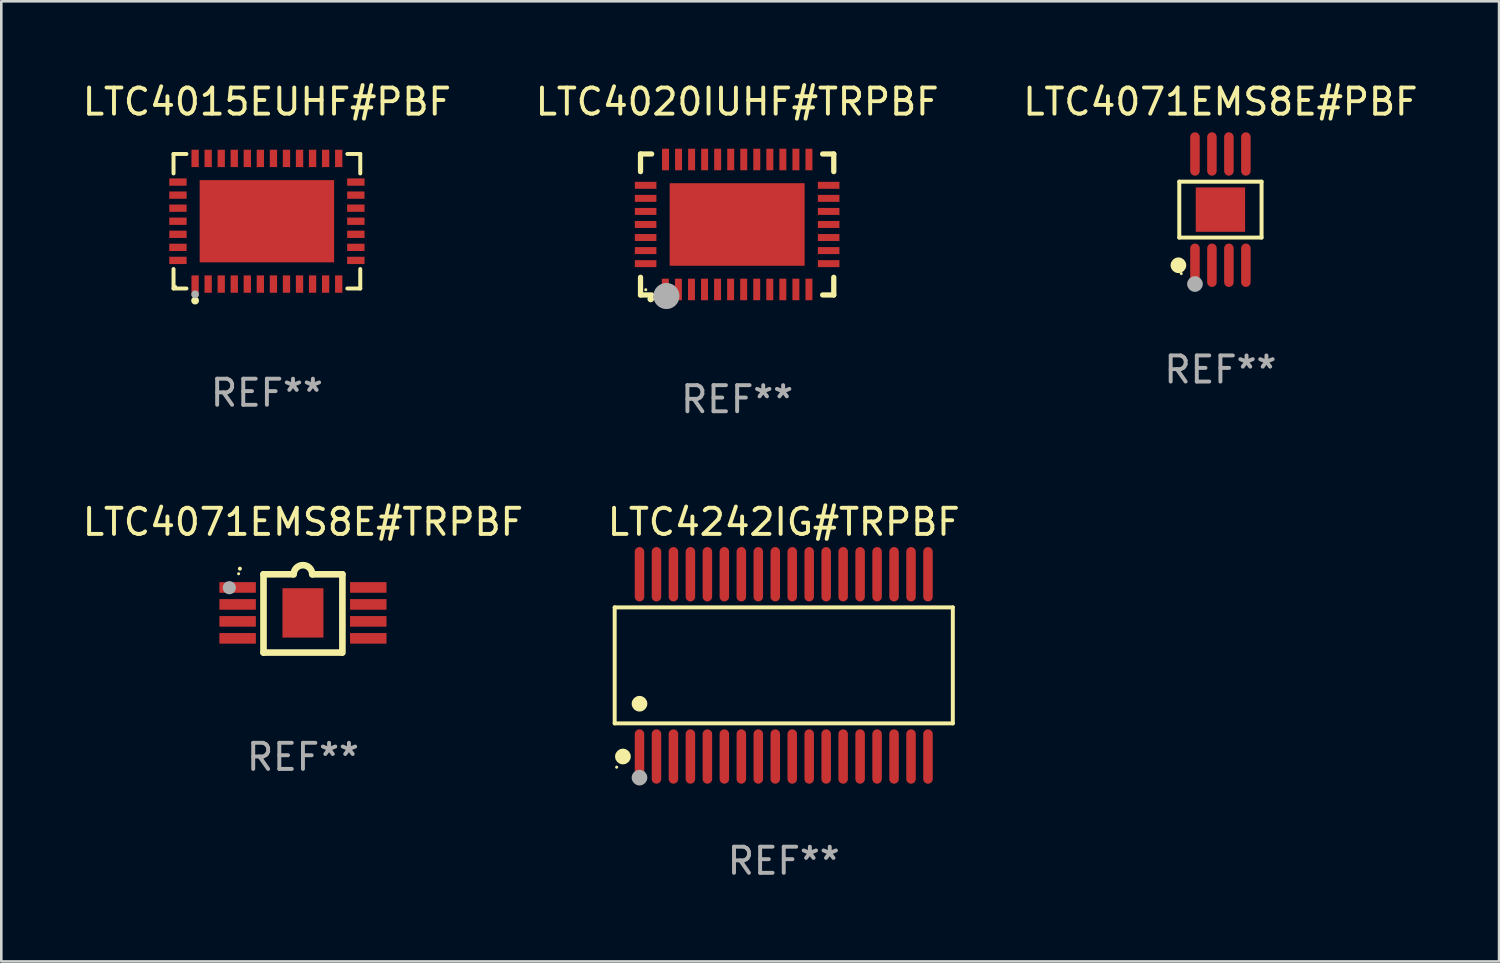
<source format=kicad_pcb>
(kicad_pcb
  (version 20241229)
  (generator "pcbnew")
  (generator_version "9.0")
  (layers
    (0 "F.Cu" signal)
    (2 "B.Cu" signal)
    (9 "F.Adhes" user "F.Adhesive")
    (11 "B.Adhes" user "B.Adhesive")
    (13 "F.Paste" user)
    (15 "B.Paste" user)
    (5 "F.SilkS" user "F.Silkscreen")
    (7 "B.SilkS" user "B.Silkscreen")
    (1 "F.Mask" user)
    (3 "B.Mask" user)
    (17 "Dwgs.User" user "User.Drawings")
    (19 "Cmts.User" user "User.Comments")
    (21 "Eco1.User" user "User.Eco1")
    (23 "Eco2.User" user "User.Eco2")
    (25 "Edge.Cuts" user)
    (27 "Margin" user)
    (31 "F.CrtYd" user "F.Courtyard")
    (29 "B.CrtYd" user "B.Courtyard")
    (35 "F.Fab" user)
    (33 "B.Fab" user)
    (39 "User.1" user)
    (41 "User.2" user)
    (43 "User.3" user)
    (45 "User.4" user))
  (footprint "LTC4071EMS8E#PBF"
    (layer "F.Cu")
    (at 43.696 4.979)
    (property "Reference" "LTC4071EMS8E#PBF" (at 0 -4.131 0) (layer "F.SilkS") (effects (font (size 1 1) (thickness 0.15))))
    (attr through_hole)
    (fp_line (start -1.576 -1.071) (end 1.576 -1.071) (stroke (width 0.152) (type solid)) (layer "F.SilkS"))
    (fp_line (start -1.576 1.071) (end -1.576 -1.071) (stroke (width 0.152) (type solid)) (layer "F.SilkS"))
    (fp_line (start 1.576 -1.071) (end 1.576 1.071) (stroke (width 0.152) (type solid)) (layer "F.SilkS"))
    (fp_line (start 1.576 1.071) (end -1.576 1.071) (stroke (width 0.152) (type solid)) (layer "F.SilkS"))
    (fp_circle (center -1.609 2.131) (end -1.459 2.131) (stroke (width 0.3) (type solid)) (fill no) (layer "F.SilkS"))
    (fp_circle (center -1.5 2.45) (end -1.47 2.45) (stroke (width 0.06) (type solid)) (fill no) (layer "F.SilkS"))
    (fp_circle (center -0.975 2.85) (end -0.825 2.85) (stroke (width 0.3) (type solid)) (fill no) (layer "F.Fab"))
    (fp_text user "REF**" (at 0 6.131 0) (layer "F.Fab") (effects (font (size 1 1) (thickness 0.15))))
    (pad "1" smd oval (at -0.975 2.131) (size 0.364 1.662) (layers "F.Cu" "F.Mask" "F.Paste"))
    (pad "2" smd oval (at -0.325 2.131) (size 0.364 1.662) (layers "F.Cu" "F.Mask" "F.Paste"))
    (pad "3" smd oval (at 0.325 2.131) (size 0.364 1.662) (layers "F.Cu" "F.Mask" "F.Paste"))
    (pad "4" smd oval (at 0.975 2.131) (size 0.364 1.662) (layers "F.Cu" "F.Mask" "F.Paste"))
    (pad "5" smd oval (at 0.975 -2.131) (size 0.364 1.662) (layers "F.Cu" "F.Mask" "F.Paste"))
    (pad "6" smd oval (at 0.325 -2.131) (size 0.364 1.662) (layers "F.Cu" "F.Mask" "F.Paste"))
    (pad "7" smd oval (at -0.325 -2.131) (size 0.364 1.662) (layers "F.Cu" "F.Mask" "F.Paste"))
    (pad "8" smd oval (at -0.975 -2.131) (size 0.364 1.662) (layers "F.Cu" "F.Mask" "F.Paste"))
    (pad "9" smd rect (at 0 0) (size 1.89 1.7) (layers "F.Cu" "F.Mask" "F.Paste")))
  (footprint "LTC4071EMS8E#TRPBF"
    (layer "F.Cu")
    (at 8.554 20.446)
    (property "Reference" "LTC4071EMS8E#TRPBF" (at 0 -3.501 0) (layer "F.SilkS") (effects (font (size 1 1) (thickness 0.15))))
    (attr through_hole)
    (fp_line (start -1.511 -1.501) (end -1.511 1.499) (stroke (width 0.254) (type solid)) (layer "F.SilkS"))
    (fp_line (start -1.511 -1.499) (end -0.4 -1.499) (stroke (width 0.254) (type solid)) (layer "F.SilkS"))
    (fp_line (start -1.511 1.499) (end 1.489 1.499) (stroke (width 0.254) (type solid)) (layer "F.SilkS"))
    (fp_line (start 0.4 -1.499) (end 1.511 -1.499) (stroke (width 0.254) (type solid)) (layer "F.SilkS"))
    (fp_line (start 1.511 -1.499) (end 1.511 1.501) (stroke (width 0.254) (type solid)) (layer "F.SilkS"))
    (fp_arc (start -2.415138 -1.713233) (mid -2.415144 -1.714503) (end -2.415138 -1.715773) (stroke (width 0.150013) (type solid)) (layer "F.SilkS"))
    (fp_arc (start -0.355728 -1.493396) (mid -0.000127 -1.848997) (end 0.355474 -1.493396) (stroke (width 0.254001) (type solid)) (layer "F.SilkS"))
    (fp_circle (center -2.464 -1.519) (end -2.434 -1.519) (stroke (width 0.06) (type solid)) (fill no) (layer "F.SilkS"))
    (fp_circle (center -2.819 -0.985) (end -2.692 -0.985) (stroke (width 0.254) (type solid)) (fill no) (layer "F.Fab"))
    (fp_text user "REF**" (at 0 5.501 0) (layer "F.Fab") (effects (font (size 1 1) (thickness 0.15))))
    (pad "1" smd rect (at -2.502 -0.995) (size 1.397 0.406) (layers "F.Cu" "F.Mask" "F.Paste"))
    (pad "2" smd rect (at -2.502 -0.345) (size 1.397 0.406) (layers "F.Cu" "F.Mask" "F.Paste"))
    (pad "3" smd rect (at -2.502 0.305) (size 1.397 0.406) (layers "F.Cu" "F.Mask" "F.Paste"))
    (pad "4" smd rect (at -2.502 0.955) (size 1.397 0.406) (layers "F.Cu" "F.Mask" "F.Paste"))
    (pad "5" smd rect (at 2.502 0.955) (size 1.397 0.406) (layers "F.Cu" "F.Mask" "F.Paste"))
    (pad "6" smd rect (at 2.502 0.305) (size 1.397 0.406) (layers "F.Cu" "F.Mask" "F.Paste"))
    (pad "7" smd rect (at 2.502 -0.345) (size 1.397 0.406) (layers "F.Cu" "F.Mask" "F.Paste"))
    (pad "8" smd rect (at 2.502 -0.995) (size 1.397 0.406) (layers "F.Cu" "F.Mask" "F.Paste"))
    (pad "9" smd rect (at 0 -0.02 180) (size 1.57 1.89) (layers "F.Cu" "F.Mask" "F.Paste")))
  (footprint "LTC4020IUHF#TRPBF"
    (layer "F.Cu")
    (at 25.185 5.548)
    (property "Reference" "LTC4020IUHF#TRPBF" (at 0 -4.7 0) (layer "F.SilkS") (effects (font (size 1 1) (thickness 0.15))))
    (attr through_hole)
    (fp_line (start -3.701 -2.7) (end -3.274 -2.7) (stroke (width 0.201) (type solid)) (layer "F.SilkS"))
    (fp_line (start -3.701 -2.024) (end -3.701 -2.7) (stroke (width 0.201) (type solid)) (layer "F.SilkS"))
    (fp_line (start -3.701 2.7) (end -3.701 2.024) (stroke (width 0.201) (type solid)) (layer "F.SilkS"))
    (fp_line (start -3.274 2.7) (end -3.701 2.7) (stroke (width 0.201) (type solid)) (layer "F.SilkS"))
    (fp_line (start 3.274 2.7) (end 3.701 2.7) (stroke (width 0.201) (type solid)) (layer "F.SilkS"))
    (fp_line (start 3.701 -2.7) (end 3.274 -2.7) (stroke (width 0.201) (type solid)) (layer "F.SilkS"))
    (fp_line (start 3.701 -2.024) (end 3.701 -2.7) (stroke (width 0.201) (type solid)) (layer "F.SilkS"))
    (fp_line (start 3.701 2.7) (end 3.701 2.024) (stroke (width 0.201) (type solid)) (layer "F.SilkS"))
    (fp_arc (start -3.311278 2.85555) (mid -3.310008 2.855544) (end -3.308738 2.85555) (stroke (width 0.24892) (type solid)) (layer "F.SilkS"))
    (fp_circle (center -3.5 2.5) (end -3.47 2.5) (stroke (width 0.06) (type solid)) (fill no) (layer "F.SilkS"))
    (fp_circle (center -2.71 2.74) (end -2.46 2.74) (stroke (width 0.5) (type solid)) (fill no) (layer "F.Fab"))
    (fp_text user "REF**" (at 0 6.7 0) (layer "F.Fab") (effects (font (size 1 1) (thickness 0.15))))
    (pad "1" smd rect (at -2.75 2.489 180) (size 0.267 0.826) (layers "F.Cu" "F.Mask" "F.Paste"))
    (pad "2" smd rect (at -2.25 2.489 180) (size 0.267 0.826) (layers "F.Cu" "F.Mask" "F.Paste"))
    (pad "3" smd rect (at -1.75 2.489 180) (size 0.267 0.826) (layers "F.Cu" "F.Mask" "F.Paste"))
    (pad "4" smd rect (at -1.25 2.489 180) (size 0.267 0.826) (layers "F.Cu" "F.Mask" "F.Paste"))
    (pad "5" smd rect (at -0.75 2.489 180) (size 0.267 0.826) (layers "F.Cu" "F.Mask" "F.Paste"))
    (pad "6" smd rect (at -0.25 2.489 180) (size 0.267 0.826) (layers "F.Cu" "F.Mask" "F.Paste"))
    (pad "7" smd rect (at 0.25 2.489 180) (size 0.267 0.826) (layers "F.Cu" "F.Mask" "F.Paste"))
    (pad "8" smd rect (at 0.75 2.489 180) (size 0.267 0.826) (layers "F.Cu" "F.Mask" "F.Paste"))
    (pad "9" smd rect (at 1.25 2.489 180) (size 0.267 0.826) (layers "F.Cu" "F.Mask" "F.Paste"))
    (pad "10" smd rect (at 1.75 2.489 180) (size 0.267 0.826) (layers "F.Cu" "F.Mask" "F.Paste"))
    (pad "11" smd rect (at 2.25 2.489 180) (size 0.267 0.826) (layers "F.Cu" "F.Mask" "F.Paste"))
    (pad "12" smd rect (at 2.75 2.489 180) (size 0.267 0.826) (layers "F.Cu" "F.Mask" "F.Paste"))
    (pad "13" smd rect (at 3.505 1.5 90) (size 0.267 0.826) (layers "F.Cu" "F.Mask" "F.Paste"))
    (pad "14" smd rect (at 3.505 1 90) (size 0.267 0.826) (layers "F.Cu" "F.Mask" "F.Paste"))
    (pad "15" smd rect (at 3.505 0.5 90) (size 0.267 0.826) (layers "F.Cu" "F.Mask" "F.Paste"))
    (pad "16" smd rect (at 3.505 -0.000127 90) (size 0.267 0.826) (layers "F.Cu" "F.Mask" "F.Paste"))
    (pad "17" smd rect (at 3.505 -0.5 90) (size 0.267 0.826) (layers "F.Cu" "F.Mask" "F.Paste"))
    (pad "18" smd rect (at 3.505 -1 90) (size 0.267 0.826) (layers "F.Cu" "F.Mask" "F.Paste"))
    (pad "19" smd rect (at 3.505 -1.5 90) (size 0.267 0.826) (layers "F.Cu" "F.Mask" "F.Paste"))
    (pad "20" smd rect (at 2.75 -2.489 180) (size 0.267 0.826) (layers "F.Cu" "F.Mask" "F.Paste"))
    (pad "21" smd rect (at 2.251 -2.489 180) (size 0.267 0.826) (layers "F.Cu" "F.Mask" "F.Paste"))
    (pad "22" smd rect (at 1.751 -2.489 180) (size 0.267 0.826) (layers "F.Cu" "F.Mask" "F.Paste"))
    (pad "23" smd rect (at 1.252 -2.489 180) (size 0.267 0.826) (layers "F.Cu" "F.Mask" "F.Paste"))
    (pad "24" smd rect (at 0.752 -2.489 180) (size 0.267 0.826) (layers "F.Cu" "F.Mask" "F.Paste"))
    (pad "25" smd rect (at 0.253 -2.489 180) (size 0.267 0.826) (layers "F.Cu" "F.Mask" "F.Paste"))
    (pad "26" smd rect (at -0.246 -2.489 180) (size 0.267 0.826) (layers "F.Cu" "F.Mask" "F.Paste"))
    (pad "27" smd rect (at -0.746 -2.489 180) (size 0.267 0.826) (layers "F.Cu" "F.Mask" "F.Paste"))
    (pad "28" smd rect (at -1.245 -2.489 180) (size 0.267 0.826) (layers "F.Cu" "F.Mask" "F.Paste"))
    (pad "29" smd rect (at -1.744 -2.489 180) (size 0.267 0.826) (layers "F.Cu" "F.Mask" "F.Paste"))
    (pad "30" smd rect (at -2.244 -2.489 180) (size 0.267 0.826) (layers "F.Cu" "F.Mask" "F.Paste"))
    (pad "31" smd rect (at -2.743 -2.489 180) (size 0.267 0.826) (layers "F.Cu" "F.Mask" "F.Paste"))
    (pad "32" smd rect (at -3.505 -1.5 90) (size 0.267 0.826) (layers "F.Cu" "F.Mask" "F.Paste"))
    (pad "33" smd rect (at -3.505 -1 90) (size 0.267 0.826) (layers "F.Cu" "F.Mask" "F.Paste"))
    (pad "34" smd rect (at -3.505 -0.5 90) (size 0.267 0.826) (layers "F.Cu" "F.Mask" "F.Paste"))
    (pad "35" smd rect (at -3.505 -0.000127 90) (size 0.267 0.826) (layers "F.Cu" "F.Mask" "F.Paste"))
    (pad "36" smd rect (at -3.505 0.5 90) (size 0.267 0.826) (layers "F.Cu" "F.Mask" "F.Paste"))
    (pad "37" smd rect (at -3.505 1 90) (size 0.267 0.826) (layers "F.Cu" "F.Mask" "F.Paste"))
    (pad "38" smd rect (at -3.505 1.5 90) (size 0.267 0.826) (layers "F.Cu" "F.Mask" "F.Paste"))
    (pad "39" smd rect (at 0.000127 0.000127 90) (size 3.162 5.169) (layers "F.Cu" "F.Mask" "F.Paste")))
  (footprint "LTC4242IG#TRPBF"
    (layer "F.Cu")
    (at 26.97 22.436)
    (property "Reference" "LTC4242IG#TRPBF" (at 0 -5.491 0) (layer "F.SilkS") (effects (font (size 1 1) (thickness 0.15))))
    (attr through_hole)
    (fp_line (start -6.476 -2.221) (end 6.476 -2.221) (stroke (width 0.152) (type solid)) (layer "F.SilkS"))
    (fp_line (start -6.476 2.221) (end -6.476 -2.221) (stroke (width 0.152) (type solid)) (layer "F.SilkS"))
    (fp_line (start 6.476 -2.221) (end 6.476 2.221) (stroke (width 0.152) (type solid)) (layer "F.SilkS"))
    (fp_line (start 6.476 2.221) (end -6.476 2.221) (stroke (width 0.152) (type solid)) (layer "F.SilkS"))
    (fp_circle (center -6.4 3.9) (end -6.37 3.9) (stroke (width 0.06) (type solid)) (fill no) (layer "F.SilkS"))
    (fp_circle (center -6.16 3.491) (end -6.009 3.491) (stroke (width 0.3) (type solid)) (fill no) (layer "F.SilkS"))
    (fp_circle (center -5.525 1.469) (end -5.375 1.469) (stroke (width 0.3) (type solid)) (fill no) (layer "F.SilkS"))
    (fp_circle (center -5.525 4.3) (end -5.375 4.3) (stroke (width 0.3) (type solid)) (fill no) (layer "F.Fab"))
    (fp_text user "REF**" (at 0 7.491 0) (layer "F.Fab") (effects (font (size 1 1) (thickness 0.15))))
    (pad "1" smd oval (at -5.525 3.491) (size 0.364 2.082) (layers "F.Cu" "F.Mask" "F.Paste"))
    (pad "2" smd oval (at -4.875 3.491) (size 0.364 2.082) (layers "F.Cu" "F.Mask" "F.Paste"))
    (pad "3" smd oval (at -4.225 3.491) (size 0.364 2.082) (layers "F.Cu" "F.Mask" "F.Paste"))
    (pad "4" smd oval (at -3.575 3.491) (size 0.364 2.082) (layers "F.Cu" "F.Mask" "F.Paste"))
    (pad "5" smd oval (at -2.925 3.491) (size 0.364 2.082) (layers "F.Cu" "F.Mask" "F.Paste"))
    (pad "6" smd oval (at -2.275 3.491) (size 0.364 2.082) (layers "F.Cu" "F.Mask" "F.Paste"))
    (pad "7" smd oval (at -1.625 3.491) (size 0.364 2.082) (layers "F.Cu" "F.Mask" "F.Paste"))
    (pad "8" smd oval (at -0.975 3.491) (size 0.364 2.082) (layers "F.Cu" "F.Mask" "F.Paste"))
    (pad "9" smd oval (at -0.325 3.491) (size 0.364 2.082) (layers "F.Cu" "F.Mask" "F.Paste"))
    (pad "10" smd oval (at 0.325 3.491) (size 0.364 2.082) (layers "F.Cu" "F.Mask" "F.Paste"))
    (pad "11" smd oval (at 0.975 3.491) (size 0.364 2.082) (layers "F.Cu" "F.Mask" "F.Paste"))
    (pad "12" smd oval (at 1.625 3.491) (size 0.364 2.082) (layers "F.Cu" "F.Mask" "F.Paste"))
    (pad "13" smd oval (at 2.275 3.491) (size 0.364 2.082) (layers "F.Cu" "F.Mask" "F.Paste"))
    (pad "14" smd oval (at 2.925 3.491) (size 0.364 2.082) (layers "F.Cu" "F.Mask" "F.Paste"))
    (pad "15" smd oval (at 3.575 3.491) (size 0.364 2.082) (layers "F.Cu" "F.Mask" "F.Paste"))
    (pad "16" smd oval (at 4.225 3.491) (size 0.364 2.082) (layers "F.Cu" "F.Mask" "F.Paste"))
    (pad "17" smd oval (at 4.875 3.491) (size 0.364 2.082) (layers "F.Cu" "F.Mask" "F.Paste"))
    (pad "18" smd oval (at 5.525 3.491) (size 0.364 2.082) (layers "F.Cu" "F.Mask" "F.Paste"))
    (pad "19" smd oval (at 5.525 -3.491) (size 0.364 2.082) (layers "F.Cu" "F.Mask" "F.Paste"))
    (pad "20" smd oval (at 4.875 -3.491) (size 0.364 2.082) (layers "F.Cu" "F.Mask" "F.Paste"))
    (pad "21" smd oval (at 4.225 -3.491) (size 0.364 2.082) (layers "F.Cu" "F.Mask" "F.Paste"))
    (pad "22" smd oval (at 3.575 -3.491) (size 0.364 2.082) (layers "F.Cu" "F.Mask" "F.Paste"))
    (pad "23" smd oval (at 2.925 -3.491) (size 0.364 2.082) (layers "F.Cu" "F.Mask" "F.Paste"))
    (pad "24" smd oval (at 2.275 -3.491) (size 0.364 2.082) (layers "F.Cu" "F.Mask" "F.Paste"))
    (pad "25" smd oval (at 1.625 -3.491) (size 0.364 2.082) (layers "F.Cu" "F.Mask" "F.Paste"))
    (pad "26" smd oval (at 0.975 -3.491) (size 0.364 2.082) (layers "F.Cu" "F.Mask" "F.Paste"))
    (pad "27" smd oval (at 0.325 -3.491) (size 0.364 2.082) (layers "F.Cu" "F.Mask" "F.Paste"))
    (pad "28" smd oval (at -0.325 -3.491) (size 0.364 2.082) (layers "F.Cu" "F.Mask" "F.Paste"))
    (pad "29" smd oval (at -0.975 -3.491) (size 0.364 2.082) (layers "F.Cu" "F.Mask" "F.Paste"))
    (pad "30" smd oval (at -1.625 -3.491) (size 0.364 2.082) (layers "F.Cu" "F.Mask" "F.Paste"))
    (pad "31" smd oval (at -2.275 -3.491) (size 0.364 2.082) (layers "F.Cu" "F.Mask" "F.Paste"))
    (pad "32" smd oval (at -2.925 -3.491) (size 0.364 2.082) (layers "F.Cu" "F.Mask" "F.Paste"))
    (pad "33" smd oval (at -3.575 -3.491) (size 0.364 2.082) (layers "F.Cu" "F.Mask" "F.Paste"))
    (pad "34" smd oval (at -4.225 -3.491) (size 0.364 2.082) (layers "F.Cu" "F.Mask" "F.Paste"))
    (pad "35" smd oval (at -4.875 -3.491) (size 0.364 2.082) (layers "F.Cu" "F.Mask" "F.Paste"))
    (pad "36" smd oval (at -5.525 -3.491) (size 0.364 2.082) (layers "F.Cu" "F.Mask" "F.Paste")))
  (footprint "LTC4015EUHF#PBF"
    (layer "F.Cu")
    (at 7.173 5.424)
    (property "Reference" "LTC4015EUHF#PBF" (at 0 -4.576 0) (layer "F.SilkS") (effects (font (size 1 1) (thickness 0.15))))
    (attr through_hole)
    (fp_line (start -3.576 -2.576) (end -3.081 -2.576) (stroke (width 0.152) (type solid)) (layer "F.SilkS"))
    (fp_line (start -3.576 -1.831) (end -3.576 -2.576) (stroke (width 0.152) (type solid)) (layer "F.SilkS"))
    (fp_line (start -3.576 1.831) (end -3.576 2.576) (stroke (width 0.152) (type solid)) (layer "F.SilkS"))
    (fp_line (start -3.576 2.576) (end -3.081 2.576) (stroke (width 0.152) (type solid)) (layer "F.SilkS"))
    (fp_line (start 3.576 -2.576) (end 3.081 -2.576) (stroke (width 0.152) (type solid)) (layer "F.SilkS"))
    (fp_line (start 3.576 -1.831) (end 3.576 -2.576) (stroke (width 0.152) (type solid)) (layer "F.SilkS"))
    (fp_line (start 3.576 1.831) (end 3.576 2.576) (stroke (width 0.152) (type solid)) (layer "F.SilkS"))
    (fp_line (start 3.576 2.576) (end 3.081 2.576) (stroke (width 0.152) (type solid)) (layer "F.SilkS"))
    (fp_circle (center -3.5 2.5) (end -3.47 2.5) (stroke (width 0.06) (type solid)) (fill no) (layer "F.SilkS"))
    (fp_circle (center -2.75 3.04) (end -2.675 3.04) (stroke (width 0.15) (type solid)) (fill no) (layer "F.SilkS"))
    (fp_circle (center -2.75 2.8) (end -2.675 2.8) (stroke (width 0.15) (type solid)) (fill no) (layer "F.Fab"))
    (fp_text user "REF**" (at 0 6.576 0) (layer "F.Fab") (effects (font (size 1 1) (thickness 0.15))))
    (pad "1" smd rect (at -2.75 2.407) (size 0.28 0.665) (layers "F.Cu" "F.Mask" "F.Paste"))
    (pad "2" smd rect (at -2.25 2.407) (size 0.28 0.665) (layers "F.Cu" "F.Mask" "F.Paste"))
    (pad "3" smd rect (at -1.75 2.407) (size 0.28 0.665) (layers "F.Cu" "F.Mask" "F.Paste"))
    (pad "4" smd rect (at -1.25 2.407) (size 0.28 0.665) (layers "F.Cu" "F.Mask" "F.Paste"))
    (pad "5" smd rect (at -0.75 2.407) (size 0.28 0.665) (layers "F.Cu" "F.Mask" "F.Paste"))
    (pad "6" smd rect (at -0.25 2.407) (size 0.28 0.665) (layers "F.Cu" "F.Mask" "F.Paste"))
    (pad "7" smd rect (at 0.25 2.407) (size 0.28 0.665) (layers "F.Cu" "F.Mask" "F.Paste"))
    (pad "8" smd rect (at 0.75 2.407) (size 0.28 0.665) (layers "F.Cu" "F.Mask" "F.Paste"))
    (pad "9" smd rect (at 1.25 2.407) (size 0.28 0.665) (layers "F.Cu" "F.Mask" "F.Paste"))
    (pad "10" smd rect (at 1.75 2.407) (size 0.28 0.665) (layers "F.Cu" "F.Mask" "F.Paste"))
    (pad "11" smd rect (at 2.25 2.407) (size 0.28 0.665) (layers "F.Cu" "F.Mask" "F.Paste"))
    (pad "12" smd rect (at 2.75 2.407) (size 0.28 0.665) (layers "F.Cu" "F.Mask" "F.Paste"))
    (pad "13" smd rect (at 3.407 1.5) (size 0.665 0.28) (layers "F.Cu" "F.Mask" "F.Paste"))
    (pad "14" smd rect (at 3.407 1) (size 0.665 0.28) (layers "F.Cu" "F.Mask" "F.Paste"))
    (pad "15" smd rect (at 3.407 0.5) (size 0.665 0.28) (layers "F.Cu" "F.Mask" "F.Paste"))
    (pad "16" smd rect (at 3.407 0) (size 0.665 0.28) (layers "F.Cu" "F.Mask" "F.Paste"))
    (pad "17" smd rect (at 3.407 -0.5) (size 0.665 0.28) (layers "F.Cu" "F.Mask" "F.Paste"))
    (pad "18" smd rect (at 3.407 -1) (size 0.665 0.28) (layers "F.Cu" "F.Mask" "F.Paste"))
    (pad "19" smd rect (at 3.407 -1.5) (size 0.665 0.28) (layers "F.Cu" "F.Mask" "F.Paste"))
    (pad "20" smd rect (at 2.75 -2.407) (size 0.28 0.665) (layers "F.Cu" "F.Mask" "F.Paste"))
    (pad "21" smd rect (at 2.25 -2.407) (size 0.28 0.665) (layers "F.Cu" "F.Mask" "F.Paste"))
    (pad "22" smd rect (at 1.75 -2.407) (size 0.28 0.665) (layers "F.Cu" "F.Mask" "F.Paste"))
    (pad "23" smd rect (at 1.25 -2.407) (size 0.28 0.665) (layers "F.Cu" "F.Mask" "F.Paste"))
    (pad "24" smd rect (at 0.75 -2.407) (size 0.28 0.665) (layers "F.Cu" "F.Mask" "F.Paste"))
    (pad "25" smd rect (at 0.25 -2.407) (size 0.28 0.665) (layers "F.Cu" "F.Mask" "F.Paste"))
    (pad "26" smd rect (at -0.25 -2.407) (size 0.28 0.665) (layers "F.Cu" "F.Mask" "F.Paste"))
    (pad "27" smd rect (at -0.75 -2.407) (size 0.28 0.665) (layers "F.Cu" "F.Mask" "F.Paste"))
    (pad "28" smd rect (at -1.25 -2.407) (size 0.28 0.665) (layers "F.Cu" "F.Mask" "F.Paste"))
    (pad "29" smd rect (at -1.75 -2.407) (size 0.28 0.665) (layers "F.Cu" "F.Mask" "F.Paste"))
    (pad "30" smd rect (at -2.25 -2.407) (size 0.28 0.665) (layers "F.Cu" "F.Mask" "F.Paste"))
    (pad "31" smd rect (at -2.75 -2.407) (size 0.28 0.665) (layers "F.Cu" "F.Mask" "F.Paste"))
    (pad "32" smd rect (at -3.407 -1.5) (size 0.665 0.28) (layers "F.Cu" "F.Mask" "F.Paste"))
    (pad "33" smd rect (at -3.407 -1) (size 0.665 0.28) (layers "F.Cu" "F.Mask" "F.Paste"))
    (pad "34" smd rect (at -3.407 -0.5) (size 0.665 0.28) (layers "F.Cu" "F.Mask" "F.Paste"))
    (pad "35" smd rect (at -3.407 0) (size 0.665 0.28) (layers "F.Cu" "F.Mask" "F.Paste"))
    (pad "36" smd rect (at -3.407 0.5) (size 0.665 0.28) (layers "F.Cu" "F.Mask" "F.Paste"))
    (pad "37" smd rect (at -3.407 1) (size 0.665 0.28) (layers "F.Cu" "F.Mask" "F.Paste"))
    (pad "38" smd rect (at -3.407 1.5) (size 0.665 0.28) (layers "F.Cu" "F.Mask" "F.Paste"))
    (pad "39" smd rect (at 0 0) (size 5.15 3.15) (layers "F.Cu" "F.Mask" "F.Paste")))
  (gr_rect
    (start -3 -3)
    (end 54.369 33.775)
    (stroke (width 0.1) (type default))
    (fill no)
    (layer "Edge.Cuts")))
</source>
